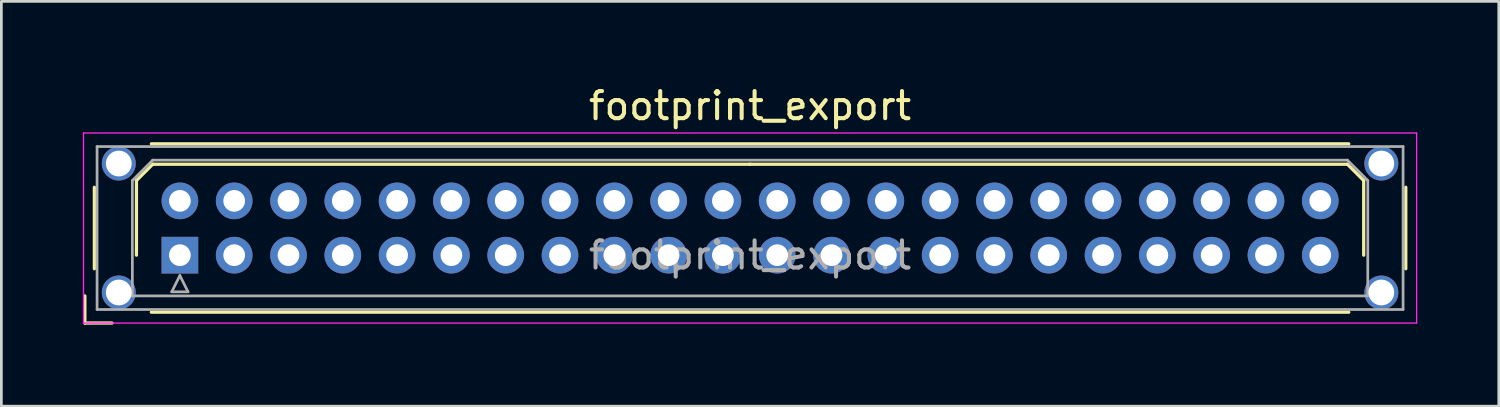
<source format=kicad_pcb>
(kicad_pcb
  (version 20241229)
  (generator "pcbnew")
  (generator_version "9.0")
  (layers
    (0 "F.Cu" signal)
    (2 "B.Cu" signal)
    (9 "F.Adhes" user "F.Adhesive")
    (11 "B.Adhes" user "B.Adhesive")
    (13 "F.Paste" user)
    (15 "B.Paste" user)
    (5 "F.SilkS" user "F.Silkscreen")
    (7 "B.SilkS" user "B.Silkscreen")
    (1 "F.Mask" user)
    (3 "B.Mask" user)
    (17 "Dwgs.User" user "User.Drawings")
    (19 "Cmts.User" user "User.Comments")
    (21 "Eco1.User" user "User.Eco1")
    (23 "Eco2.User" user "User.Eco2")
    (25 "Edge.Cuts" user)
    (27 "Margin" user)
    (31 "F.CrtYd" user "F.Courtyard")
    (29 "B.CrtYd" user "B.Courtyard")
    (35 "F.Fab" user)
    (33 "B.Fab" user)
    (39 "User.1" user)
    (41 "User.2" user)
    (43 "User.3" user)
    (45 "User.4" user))
  (footprint "footprint_export"
    (layer "F.Cu")
    (at 3.575 6.348)
    (property "Reference" "footprint_export" (at 21 -5.5 0) (layer "F.SilkS") (effects (font (size 1 1) (thickness 0.15))))
    (attr through_hole)
    (fp_line (start -3.5 1.5) (end -3.5 2.5) (stroke (width 0.12) (type solid)) (layer "F.SilkS"))
    (fp_line (start -3.5 2.5) (end -2.5 2.5) (stroke (width 0.12) (type solid)) (layer "F.SilkS"))
    (fp_line (start -3.15 -2.5) (end -3.15 0.5) (stroke (width 0.12) (type solid)) (layer "F.SilkS"))
    (fp_line (start -1.6 -2.75) (end -1 -3.35) (stroke (width 0.12) (type solid)) (layer "F.SilkS"))
    (fp_line (start -1.6 0) (end -1.6 -2.75) (stroke (width 0.12) (type solid)) (layer "F.SilkS"))
    (fp_line (start -1.05 -4.1) (end 43.05 -4.1) (stroke (width 0.12) (type solid)) (layer "F.SilkS"))
    (fp_line (start -1.05 2.1) (end 43.05 2.1) (stroke (width 0.12) (type solid)) (layer "F.SilkS"))
    (fp_line (start -1 -3.35) (end 21 -3.35) (stroke (width 0.12) (type solid)) (layer "F.SilkS"))
    (fp_line (start 43 -3.35) (end 21 -3.35) (stroke (width 0.12) (type solid)) (layer "F.SilkS"))
    (fp_line (start 43.6 -2.75) (end 43 -3.35) (stroke (width 0.12) (type solid)) (layer "F.SilkS"))
    (fp_line (start 43.6 0) (end 43.6 -2.75) (stroke (width 0.12) (type solid)) (layer "F.SilkS"))
    (fp_line (start 45.15 -2.5) (end 45.15 0.5) (stroke (width 0.12) (type solid)) (layer "F.SilkS"))
    (fp_line (start -3.55 -4.5) (end -3.55 2.5) (stroke (width 0.05) (type solid)) (layer "F.CrtYd"))
    (fp_line (start -3.55 2.5) (end 45.55 2.5) (stroke (width 0.05) (type solid)) (layer "F.CrtYd"))
    (fp_line (start 45.55 -4.5) (end -3.55 -4.5) (stroke (width 0.05) (type solid)) (layer "F.CrtYd"))
    (fp_line (start 45.55 2.5) (end 45.55 -4.5) (stroke (width 0.05) (type solid)) (layer "F.CrtYd"))
    (fp_line (start -3.05 -4) (end -3.05 2) (stroke (width 0.1) (type solid)) (layer "F.Fab"))
    (fp_line (start -3.05 2) (end 45.05 2) (stroke (width 0.1) (type solid)) (layer "F.Fab"))
    (fp_line (start -1.75 -2.75) (end -1 -3.5) (stroke (width 0.1) (type solid)) (layer "F.Fab"))
    (fp_line (start -1.75 1.5) (end -1.75 -2.75) (stroke (width 0.1) (type solid)) (layer "F.Fab"))
    (fp_line (start -1 -3.5) (end 43 -3.5) (stroke (width 0.1) (type solid)) (layer "F.Fab"))
    (fp_line (start -0.3 1.35) (end 0.3 1.35) (stroke (width 0.1) (type solid)) (layer "F.Fab"))
    (fp_line (start 0 0.75) (end -0.3 1.35) (stroke (width 0.1) (type solid)) (layer "F.Fab"))
    (fp_line (start 0.3 1.35) (end 0 0.75) (stroke (width 0.1) (type solid)) (layer "F.Fab"))
    (fp_line (start 43 -3.5) (end 43.75 -2.75) (stroke (width 0.1) (type solid)) (layer "F.Fab"))
    (fp_line (start 43.75 -2.75) (end 43.75 1.5) (stroke (width 0.1) (type solid)) (layer "F.Fab"))
    (fp_line (start 43.75 1.5) (end -1.75 1.5) (stroke (width 0.1) (type solid)) (layer "F.Fab"))
    (fp_line (start 45.05 -4) (end -3.05 -4) (stroke (width 0.1) (type solid)) (layer "F.Fab"))
    (fp_line (start 45.05 2) (end 45.05 -4) (stroke (width 0.1) (type solid)) (layer "F.Fab"))
    (fp_text user "${REFERENCE}" (at 21 0 0) (layer "F.Fab") (effects (font (size 1 1) (thickness 0.15))))
    (pad "" thru_hole circle (at -2.25 -3.375) (size 1.25 1.25) (drill 0.95) (layers "*.Cu" "*.Mask"))
    (pad "" thru_hole circle (at -2.25 1.375) (size 1.25 1.25) (drill 0.95) (layers "*.Cu" "*.Mask"))
    (pad "" thru_hole circle (at 44.25 -3.375) (size 1.25 1.25) (drill 0.95) (layers "*.Cu" "*.Mask"))
    (pad "" thru_hole circle (at 44.25 1.375) (size 1.25 1.25) (drill 0.95) (layers "*.Cu" "*.Mask"))
    (pad "1" thru_hole rect (at 0 0) (size 1.35 1.35) (drill 0.8) (layers "*.Cu" "*.Mask"))
    (pad "2" thru_hole circle (at 0 -2) (size 1.35 1.35) (drill 0.8) (layers "*.Cu" "*.Mask"))
    (pad "3" thru_hole circle (at 2 0) (size 1.35 1.35) (drill 0.8) (layers "*.Cu" "*.Mask"))
    (pad "4" thru_hole circle (at 2 -2) (size 1.35 1.35) (drill 0.8) (layers "*.Cu" "*.Mask"))
    (pad "5" thru_hole circle (at 4 0) (size 1.35 1.35) (drill 0.8) (layers "*.Cu" "*.Mask"))
    (pad "6" thru_hole circle (at 4 -2) (size 1.35 1.35) (drill 0.8) (layers "*.Cu" "*.Mask"))
    (pad "7" thru_hole circle (at 6 0) (size 1.35 1.35) (drill 0.8) (layers "*.Cu" "*.Mask"))
    (pad "8" thru_hole circle (at 6 -2) (size 1.35 1.35) (drill 0.8) (layers "*.Cu" "*.Mask"))
    (pad "9" thru_hole circle (at 8 0) (size 1.35 1.35) (drill 0.8) (layers "*.Cu" "*.Mask"))
    (pad "10" thru_hole circle (at 8 -2) (size 1.35 1.35) (drill 0.8) (layers "*.Cu" "*.Mask"))
    (pad "11" thru_hole circle (at 10 0) (size 1.35 1.35) (drill 0.8) (layers "*.Cu" "*.Mask"))
    (pad "12" thru_hole circle (at 10 -2) (size 1.35 1.35) (drill 0.8) (layers "*.Cu" "*.Mask"))
    (pad "13" thru_hole circle (at 12 0) (size 1.35 1.35) (drill 0.8) (layers "*.Cu" "*.Mask"))
    (pad "14" thru_hole circle (at 12 -2) (size 1.35 1.35) (drill 0.8) (layers "*.Cu" "*.Mask"))
    (pad "15" thru_hole circle (at 14 0) (size 1.35 1.35) (drill 0.8) (layers "*.Cu" "*.Mask"))
    (pad "16" thru_hole circle (at 14 -2) (size 1.35 1.35) (drill 0.8) (layers "*.Cu" "*.Mask"))
    (pad "17" thru_hole circle (at 16 0) (size 1.35 1.35) (drill 0.8) (layers "*.Cu" "*.Mask"))
    (pad "18" thru_hole circle (at 16 -2) (size 1.35 1.35) (drill 0.8) (layers "*.Cu" "*.Mask"))
    (pad "19" thru_hole circle (at 18 0) (size 1.35 1.35) (drill 0.8) (layers "*.Cu" "*.Mask"))
    (pad "20" thru_hole circle (at 18 -2) (size 1.35 1.35) (drill 0.8) (layers "*.Cu" "*.Mask"))
    (pad "21" thru_hole circle (at 20 0) (size 1.35 1.35) (drill 0.8) (layers "*.Cu" "*.Mask"))
    (pad "22" thru_hole circle (at 20 -2) (size 1.35 1.35) (drill 0.8) (layers "*.Cu" "*.Mask"))
    (pad "23" thru_hole circle (at 22 0) (size 1.35 1.35) (drill 0.8) (layers "*.Cu" "*.Mask"))
    (pad "24" thru_hole circle (at 22 -2) (size 1.35 1.35) (drill 0.8) (layers "*.Cu" "*.Mask"))
    (pad "25" thru_hole circle (at 24 0) (size 1.35 1.35) (drill 0.8) (layers "*.Cu" "*.Mask"))
    (pad "26" thru_hole circle (at 24 -2) (size 1.35 1.35) (drill 0.8) (layers "*.Cu" "*.Mask"))
    (pad "27" thru_hole circle (at 26 0) (size 1.35 1.35) (drill 0.8) (layers "*.Cu" "*.Mask"))
    (pad "28" thru_hole circle (at 26 -2) (size 1.35 1.35) (drill 0.8) (layers "*.Cu" "*.Mask"))
    (pad "29" thru_hole circle (at 28 0) (size 1.35 1.35) (drill 0.8) (layers "*.Cu" "*.Mask"))
    (pad "30" thru_hole circle (at 28 -2) (size 1.35 1.35) (drill 0.8) (layers "*.Cu" "*.Mask"))
    (pad "31" thru_hole circle (at 30 0) (size 1.35 1.35) (drill 0.8) (layers "*.Cu" "*.Mask"))
    (pad "32" thru_hole circle (at 30 -2) (size 1.35 1.35) (drill 0.8) (layers "*.Cu" "*.Mask"))
    (pad "33" thru_hole circle (at 32 0) (size 1.35 1.35) (drill 0.8) (layers "*.Cu" "*.Mask"))
    (pad "34" thru_hole circle (at 32 -2) (size 1.35 1.35) (drill 0.8) (layers "*.Cu" "*.Mask"))
    (pad "35" thru_hole circle (at 34 0) (size 1.35 1.35) (drill 0.8) (layers "*.Cu" "*.Mask"))
    (pad "36" thru_hole circle (at 34 -2) (size 1.35 1.35) (drill 0.8) (layers "*.Cu" "*.Mask"))
    (pad "37" thru_hole circle (at 36 0) (size 1.35 1.35) (drill 0.8) (layers "*.Cu" "*.Mask"))
    (pad "38" thru_hole circle (at 36 -2) (size 1.35 1.35) (drill 0.8) (layers "*.Cu" "*.Mask"))
    (pad "39" thru_hole circle (at 38 0) (size 1.35 1.35) (drill 0.8) (layers "*.Cu" "*.Mask"))
    (pad "40" thru_hole circle (at 38 -2) (size 1.35 1.35) (drill 0.8) (layers "*.Cu" "*.Mask"))
    (pad "41" thru_hole circle (at 40 0) (size 1.35 1.35) (drill 0.8) (layers "*.Cu" "*.Mask"))
    (pad "42" thru_hole circle (at 40 -2) (size 1.35 1.35) (drill 0.8) (layers "*.Cu" "*.Mask"))
    (pad "43" thru_hole circle (at 42 0) (size 1.35 1.35) (drill 0.8) (layers "*.Cu" "*.Mask"))
    (pad "44" thru_hole circle (at 42 -2) (size 1.35 1.35) (drill 0.8) (layers "*.Cu" "*.Mask")))
  (gr_rect
    (start -3 -3)
    (end 52.15 11.908)
    (stroke (width 0.1) (type default))
    (fill no)
    (layer "Edge.Cuts")))
</source>
